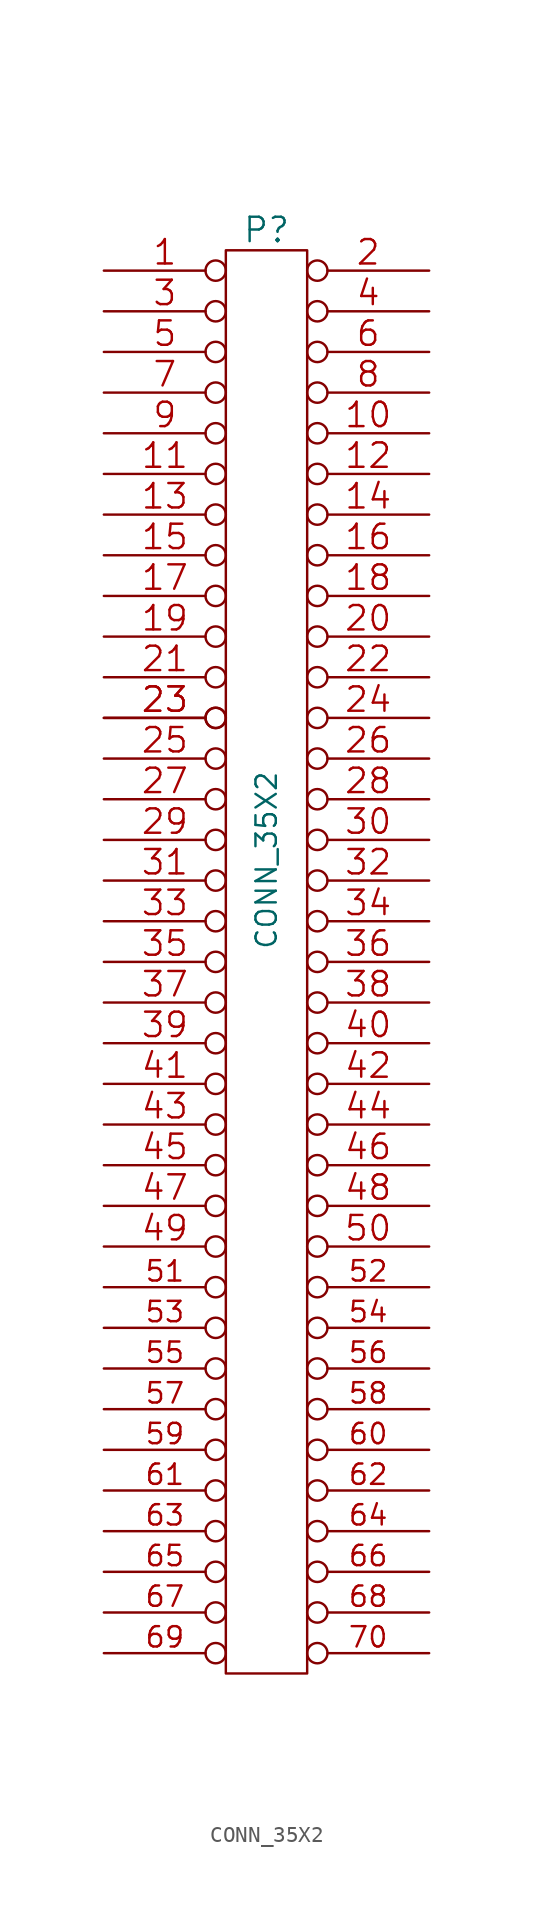
<source format=kicad_sym>
(kicad_symbol_lib
  (version 20211014)
  (generator kicad_symbol_editor)
  (symbol "CONN_35X2"
    (pin_names
      (offset 0.254) hide)
    (property "Reference" "P"
      (at 0 39.37 0)
      (effects (font (size 1.524 1.524))))
    (property "Value" "CONN_35X2"
      (at 0 0 90)
      (effects (font (size 1.27 1.27))))
    (property "Footprint" ""
      (at 0 0 0)
      (effects (font (size 1.524 1.524))))
    (property "Datasheet" ""
      (at 0 0 0)
      (effects (font (size 1.524 1.524))))
    (symbol "CONN_35X2_0_1"
      (rectangle (start -2.54 38.1) (end 2.54 -50.8) (stroke (width 0) (type default) (color 0 0 0 0)) (fill (type none))))
    (symbol "CONN_35X2_1_1"
      (pin passive inverted (at -10.16 36.83 0) (length 7.62) (name "P1" (effects (font (size 0.762 0.762)))) (number "1" (effects (font (size 1.524 1.524)))))
      (pin passive inverted (at 10.16 26.67 180) (length 7.62) (name "P10" (effects (font (size 0.762 0.762)))) (number "10" (effects (font (size 1.524 1.524)))))
      (pin passive inverted (at -10.16 24.13 0) (length 7.62) (name "P11" (effects (font (size 0.762 0.762)))) (number "11" (effects (font (size 1.524 1.524)))))
      (pin passive inverted (at 10.16 24.13 180) (length 7.62) (name "P12" (effects (font (size 0.762 0.762)))) (number "12" (effects (font (size 1.524 1.524)))))
      (pin passive inverted (at -10.16 21.59 0) (length 7.62) (name "P13" (effects (font (size 0.762 0.762)))) (number "13" (effects (font (size 1.524 1.524)))))
      (pin passive inverted (at 10.16 21.59 180) (length 7.62) (name "P14" (effects (font (size 0.762 0.762)))) (number "14" (effects (font (size 1.524 1.524)))))
      (pin passive inverted (at -10.16 19.05 0) (length 7.62) (name "P15" (effects (font (size 0.762 0.762)))) (number "15" (effects (font (size 1.524 1.524)))))
      (pin passive inverted (at 10.16 19.05 180) (length 7.62) (name "P16" (effects (font (size 0.762 0.762)))) (number "16" (effects (font (size 1.524 1.524)))))
      (pin passive inverted (at -10.16 16.51 0) (length 7.62) (name "P17" (effects (font (size 0.762 0.762)))) (number "17" (effects (font (size 1.524 1.524)))))
      (pin passive inverted (at 10.16 16.51 180) (length 7.62) (name "P18" (effects (font (size 0.762 0.762)))) (number "18" (effects (font (size 1.524 1.524)))))
      (pin passive inverted (at -10.16 13.97 0) (length 7.62) (name "P19" (effects (font (size 0.762 0.762)))) (number "19" (effects (font (size 1.524 1.524)))))
      (pin passive inverted (at 10.16 36.83 180) (length 7.62) (name "P2" (effects (font (size 0.762 0.762)))) (number "2" (effects (font (size 1.524 1.524)))))
      (pin passive inverted (at 10.16 13.97 180) (length 7.62) (name "P20" (effects (font (size 0.762 0.762)))) (number "20" (effects (font (size 1.524 1.524)))))
      (pin passive inverted (at -10.16 11.43 0) (length 7.62) (name "P21" (effects (font (size 0.762 0.762)))) (number "21" (effects (font (size 1.524 1.524)))))
      (pin passive inverted (at 10.16 11.43 180) (length 7.62) (name "P22" (effects (font (size 0.762 0.762)))) (number "22" (effects (font (size 1.524 1.524)))))
      (pin passive inverted (at -10.16 8.89 0) (length 7.62) (name "P23" (effects (font (size 0.762 0.762)))) (number "23" (effects (font (size 1.524 1.524)))))
      (pin passive inverted (at -10.16 8.89 0) (length 7.62) (name "P23" (effects (font (size 0.762 0.762)))) (number "23" (effects (font (size 1.524 1.524)))))
      (pin passive inverted (at 10.16 8.89 180) (length 7.62) (name "P24" (effects (font (size 0.762 0.762)))) (number "24" (effects (font (size 1.524 1.524)))))
      (pin passive inverted (at -10.16 6.35 0) (length 7.62) (name "~" (effects (font (size 0.762 0.762)))) (number "25" (effects (font (size 1.524 1.524)))))
      (pin passive inverted (at 10.16 6.35 180) (length 7.62) (name "P26" (effects (font (size 0.762 0.762)))) (number "26" (effects (font (size 1.524 1.524)))))
      (pin passive inverted (at -10.16 3.81 0) (length 7.62) (name "P27" (effects (font (size 0.762 0.762)))) (number "27" (effects (font (size 1.524 1.524)))))
      (pin passive inverted (at 10.16 3.81 180) (length 7.62) (name "P28" (effects (font (size 0.762 0.762)))) (number "28" (effects (font (size 1.524 1.524)))))
      (pin passive inverted (at -10.16 1.27 0) (length 7.62) (name "P29" (effects (font (size 0.762 0.762)))) (number "29" (effects (font (size 1.524 1.524)))))
      (pin passive inverted (at -10.16 34.29 0) (length 7.62) (name "P3" (effects (font (size 0.762 0.762)))) (number "3" (effects (font (size 1.524 1.524)))))
      (pin passive inverted (at 10.16 1.27 180) (length 7.62) (name "P30" (effects (font (size 0.762 0.762)))) (number "30" (effects (font (size 1.524 1.524)))))
      (pin passive inverted (at -10.16 -1.27 0) (length 7.62) (name "P31" (effects (font (size 0.762 0.762)))) (number "31" (effects (font (size 1.524 1.524)))))
      (pin passive inverted (at 10.16 -1.27 180) (length 7.62) (name "P32" (effects (font (size 0.762 0.762)))) (number "32" (effects (font (size 1.524 1.524)))))
      (pin passive inverted (at -10.16 -3.81 0) (length 7.62) (name "P33" (effects (font (size 0.762 0.762)))) (number "33" (effects (font (size 1.524 1.524)))))
      (pin passive inverted (at 10.16 -3.81 180) (length 7.62) (name "P34" (effects (font (size 0.762 0.762)))) (number "34" (effects (font (size 1.524 1.524)))))
      (pin passive inverted (at -10.16 -6.35 0) (length 7.62) (name "P35" (effects (font (size 0.762 0.762)))) (number "35" (effects (font (size 1.524 1.524)))))
      (pin passive inverted (at 10.16 -6.35 180) (length 7.62) (name "P36" (effects (font (size 0.762 0.762)))) (number "36" (effects (font (size 1.524 1.524)))))
      (pin passive inverted (at -10.16 -8.89 0) (length 7.62) (name "P37" (effects (font (size 0.762 0.762)))) (number "37" (effects (font (size 1.524 1.524)))))
      (pin passive inverted (at 10.16 -8.89 180) (length 7.62) (name "P38" (effects (font (size 0.762 0.762)))) (number "38" (effects (font (size 1.524 1.524)))))
      (pin passive inverted (at -10.16 -11.43 0) (length 7.62) (name "P39" (effects (font (size 0.762 0.762)))) (number "39" (effects (font (size 1.524 1.524)))))
      (pin passive inverted (at 10.16 34.29 180) (length 7.62) (name "P4" (effects (font (size 0.762 0.762)))) (number "4" (effects (font (size 1.524 1.524)))))
      (pin passive inverted (at 10.16 -11.43 180) (length 7.62) (name "P40" (effects (font (size 0.762 0.762)))) (number "40" (effects (font (size 1.524 1.524)))))
      (pin passive inverted (at -10.16 -13.97 0) (length 7.62) (name "P41" (effects (font (size 0.762 0.762)))) (number "41" (effects (font (size 1.524 1.524)))))
      (pin passive inverted (at 10.16 -13.97 180) (length 7.62) (name "P42" (effects (font (size 0.762 0.762)))) (number "42" (effects (font (size 1.524 1.524)))))
      (pin passive inverted (at -10.16 -16.51 0) (length 7.62) (name "P43" (effects (font (size 0.762 0.762)))) (number "43" (effects (font (size 1.524 1.524)))))
      (pin passive inverted (at 10.16 -16.51 180) (length 7.62) (name "P44" (effects (font (size 0.762 0.762)))) (number "44" (effects (font (size 1.524 1.524)))))
      (pin passive inverted (at -10.16 -19.05 0) (length 7.62) (name "P45" (effects (font (size 0.762 0.762)))) (number "45" (effects (font (size 1.524 1.524)))))
      (pin passive inverted (at 10.16 -19.05 180) (length 7.62) (name "P46" (effects (font (size 0.762 0.762)))) (number "46" (effects (font (size 1.524 1.524)))))
      (pin passive inverted (at -10.16 -21.59 0) (length 7.62) (name "P47" (effects (font (size 0.762 0.762)))) (number "47" (effects (font (size 1.524 1.524)))))
      (pin passive inverted (at 10.16 -21.59 180) (length 7.62) (name "P48" (effects (font (size 0.762 0.762)))) (number "48" (effects (font (size 1.524 1.524)))))
      (pin passive inverted (at -10.16 -24.13 0) (length 7.62) (name "P49" (effects (font (size 0.762 0.762)))) (number "49" (effects (font (size 1.524 1.524)))))
      (pin passive inverted (at -10.16 31.75 0) (length 7.62) (name "P5" (effects (font (size 0.762 0.762)))) (number "5" (effects (font (size 1.524 1.524)))))
      (pin passive inverted (at 10.16 -24.13 180) (length 7.62) (name "P50" (effects (font (size 0.762 0.762)))) (number "50" (effects (font (size 1.524 1.524)))))
      (pin passive inverted (at -10.16 -26.67 0) (length 7.62) (name "P51" (effects (font (size 1.27 1.27)))) (number "51" (effects (font (size 1.27 1.27)))))
      (pin passive inverted (at 10.16 -26.67 180) (length 7.62) (name "P52" (effects (font (size 1.27 1.27)))) (number "52" (effects (font (size 1.27 1.27)))))
      (pin passive inverted (at -10.16 -29.21 0) (length 7.62) (name "P53" (effects (font (size 1.27 1.27)))) (number "53" (effects (font (size 1.27 1.27)))))
      (pin passive inverted (at 10.16 -29.21 180) (length 7.62) (name "P54" (effects (font (size 1.27 1.27)))) (number "54" (effects (font (size 1.27 1.27)))))
      (pin passive inverted (at -10.16 -31.75 0) (length 7.62) (name "P55" (effects (font (size 1.27 1.27)))) (number "55" (effects (font (size 1.27 1.27)))))
      (pin passive inverted (at 10.16 -31.75 180) (length 7.62) (name "P56" (effects (font (size 1.27 1.27)))) (number "56" (effects (font (size 1.27 1.27)))))
      (pin passive inverted (at -10.16 -34.29 0) (length 7.62) (name "P57" (effects (font (size 1.27 1.27)))) (number "57" (effects (font (size 1.27 1.27)))))
      (pin passive inverted (at 10.16 -34.29 180) (length 7.62) (name "P58" (effects (font (size 1.27 1.27)))) (number "58" (effects (font (size 1.27 1.27)))))
      (pin passive inverted (at -10.16 -36.83 0) (length 7.62) (name "P59" (effects (font (size 1.27 1.27)))) (number "59" (effects (font (size 1.27 1.27)))))
      (pin passive inverted (at 10.16 31.75 180) (length 7.62) (name "P6" (effects (font (size 0.762 0.762)))) (number "6" (effects (font (size 1.524 1.524)))))
      (pin passive inverted (at 10.16 -36.83 180) (length 7.62) (name "P60" (effects (font (size 1.27 1.27)))) (number "60" (effects (font (size 1.27 1.27)))))
      (pin input inverted (at -10.16 -39.37 0) (length 7.62) (name "~" (effects (font (size 1.27 1.27)))) (number "61" (effects (font (size 1.27 1.27)))))
      (pin input inverted (at 10.16 -39.37 180) (length 7.62) (name "~" (effects (font (size 1.27 1.27)))) (number "62" (effects (font (size 1.27 1.27)))))
      (pin input inverted (at -10.16 -41.91 0) (length 7.62) (name "~" (effects (font (size 1.27 1.27)))) (number "63" (effects (font (size 1.27 1.27)))))
      (pin input inverted (at 10.16 -41.91 180) (length 7.62) (name "~" (effects (font (size 1.27 1.27)))) (number "64" (effects (font (size 1.27 1.27)))))
      (pin input inverted (at -10.16 -44.45 0) (length 7.62) (name "~" (effects (font (size 1.27 1.27)))) (number "65" (effects (font (size 1.27 1.27)))))
      (pin input inverted (at 10.16 -44.45 180) (length 7.62) (name "~" (effects (font (size 1.27 1.27)))) (number "66" (effects (font (size 1.27 1.27)))))
      (pin input inverted (at -10.16 -46.99 0) (length 7.62) (name "~" (effects (font (size 1.27 1.27)))) (number "67" (effects (font (size 1.27 1.27)))))
      (pin input inverted (at 10.16 -46.99 180) (length 7.62) (name "~" (effects (font (size 1.27 1.27)))) (number "68" (effects (font (size 1.27 1.27)))))
      (pin input inverted (at -10.16 -49.53 0) (length 7.62) (name "~" (effects (font (size 1.27 1.27)))) (number "69" (effects (font (size 1.27 1.27)))))
      (pin passive inverted (at -10.16 29.21 0) (length 7.62) (name "P7" (effects (font (size 0.762 0.762)))) (number "7" (effects (font (size 1.524 1.524)))))
      (pin input inverted (at 10.16 -49.53 180) (length 7.62) (name "~" (effects (font (size 1.27 1.27)))) (number "70" (effects (font (size 1.27 1.27)))))
      (pin passive inverted (at 10.16 29.21 180) (length 7.62) (name "P8" (effects (font (size 0.762 0.762)))) (number "8" (effects (font (size 1.524 1.524)))))
      (pin passive inverted (at -10.16 26.67 0) (length 7.62) (name "P9" (effects (font (size 0.762 0.762)))) (number "9" (effects (font (size 1.524 1.524))))))))
</source>
